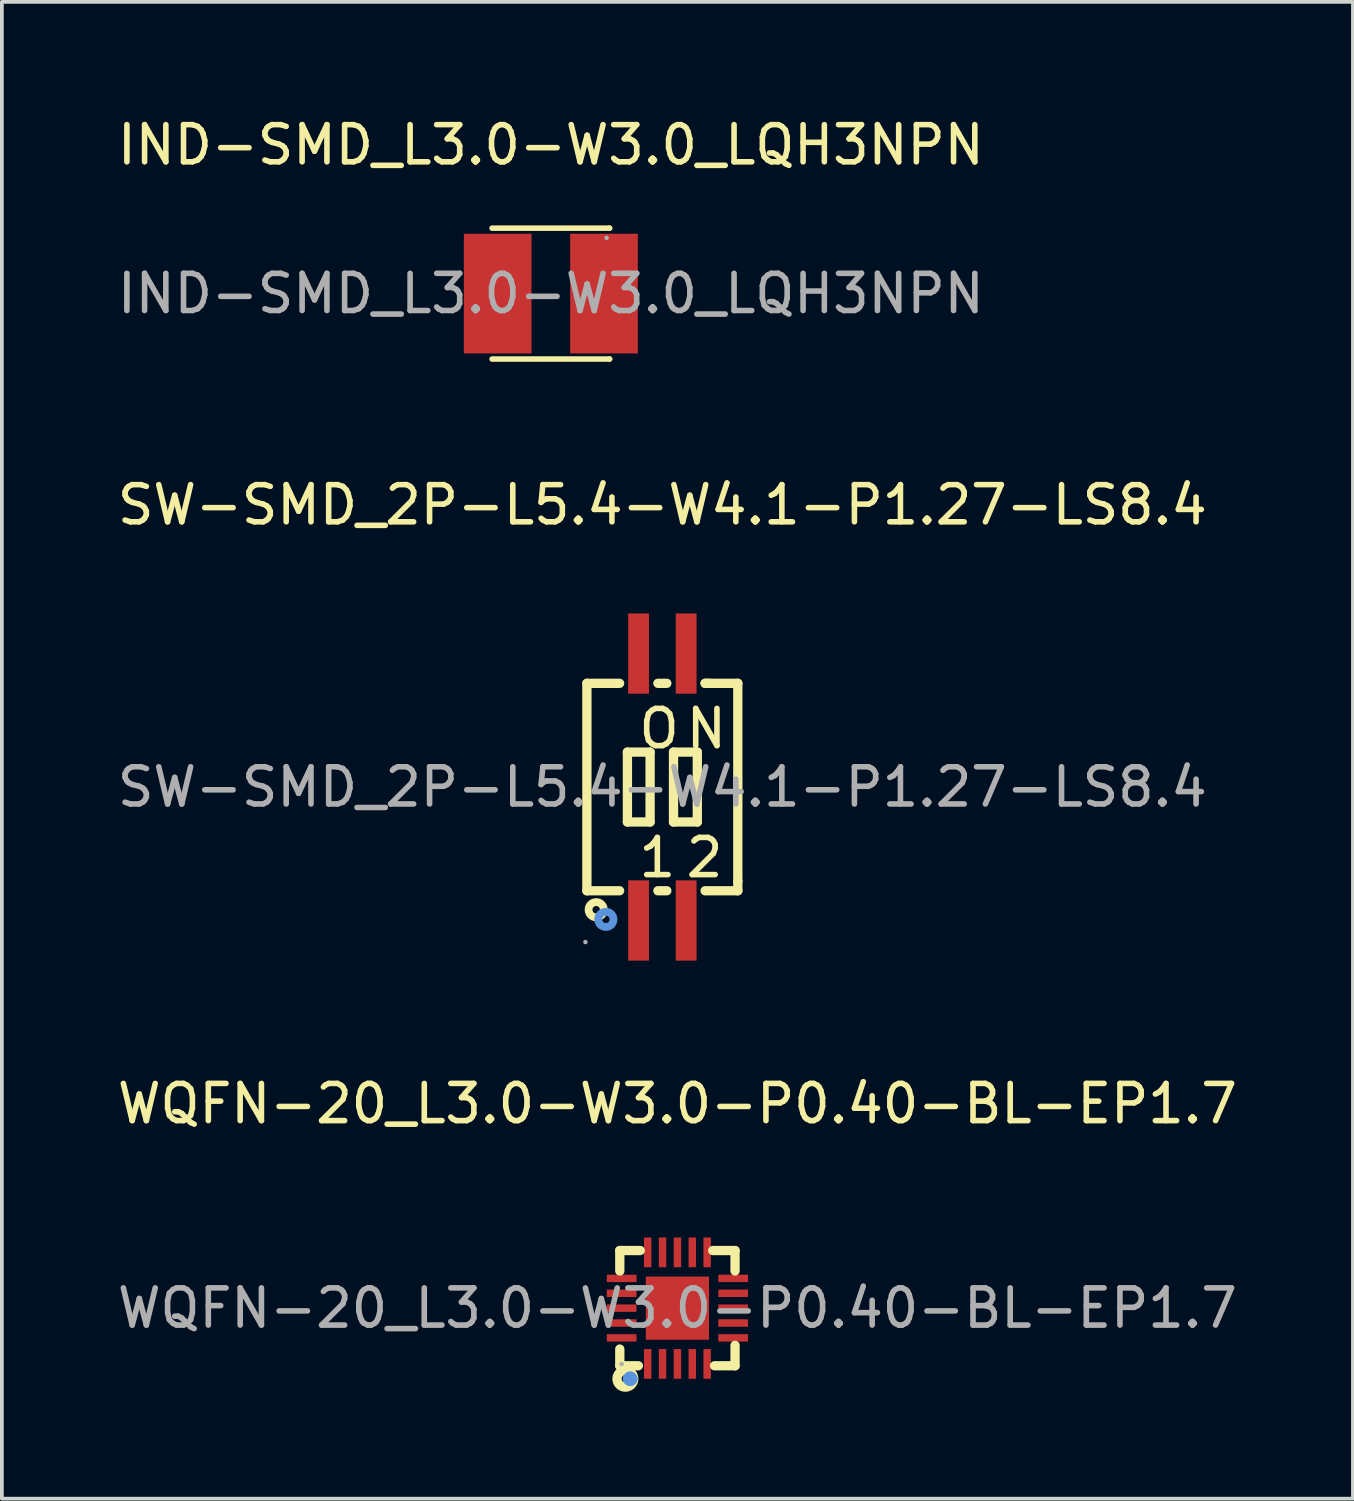
<source format=kicad_pcb>
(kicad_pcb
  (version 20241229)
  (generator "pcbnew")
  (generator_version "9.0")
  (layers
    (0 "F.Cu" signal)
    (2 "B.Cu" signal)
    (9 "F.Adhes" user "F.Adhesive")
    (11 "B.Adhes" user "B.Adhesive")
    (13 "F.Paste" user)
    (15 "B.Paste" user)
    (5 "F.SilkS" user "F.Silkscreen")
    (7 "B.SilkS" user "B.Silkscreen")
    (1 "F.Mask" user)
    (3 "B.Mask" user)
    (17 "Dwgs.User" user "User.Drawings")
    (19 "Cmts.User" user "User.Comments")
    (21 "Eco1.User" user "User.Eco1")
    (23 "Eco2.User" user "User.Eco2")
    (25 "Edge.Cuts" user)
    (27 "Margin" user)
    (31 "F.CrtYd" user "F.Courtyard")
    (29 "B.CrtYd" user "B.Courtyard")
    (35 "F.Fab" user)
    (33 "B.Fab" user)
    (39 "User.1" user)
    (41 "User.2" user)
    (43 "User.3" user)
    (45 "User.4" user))
  (footprint "WQFN-20_L3.0-W3.0-P0.40-BL-EP1.7"
    (layer "F.Cu")
    (at 15.173 32.14)
    (property "Reference" "WQFN-20_L3.0-W3.0-P0.40-BL-EP1.7" (at 0 -5.5 0) (layer "F.SilkS") (effects (font (size 1 1) (thickness 0.15))))
    (attr smd)
    (fp_line (start -1.55 -1.55) (end -1 -1.55) (stroke (width 0.25) (type solid)) (layer "F.SilkS"))
    (fp_line (start -1.55 -1) (end -1.55 -1.55) (stroke (width 0.25) (type solid)) (layer "F.SilkS"))
    (fp_line (start -1.55 1.1) (end -1.55 1.55) (stroke (width 0.25) (type solid)) (layer "F.SilkS"))
    (fp_line (start -1.55 1.55) (end -1.05 1.55) (stroke (width 0.25) (type solid)) (layer "F.SilkS"))
    (fp_line (start 0.95 -1.55) (end 1.55 -1.55) (stroke (width 0.25) (type solid)) (layer "F.SilkS"))
    (fp_line (start 1.55 -1.55) (end 1.55 -1) (stroke (width 0.25) (type solid)) (layer "F.SilkS"))
    (fp_line (start 1.55 1) (end 1.55 1.55) (stroke (width 0.25) (type solid)) (layer "F.SilkS"))
    (fp_line (start 1.55 1.55) (end 1 1.55) (stroke (width 0.25) (type solid)) (layer "F.SilkS"))
    (fp_circle (center -1.4 1.9) (end -1.3 1.9) (stroke (width 0.25) (type solid)) (fill no) (layer "F.SilkS"))
    (fp_circle (center -1.27 1.9) (end -1.17 1.9) (stroke (width 0.2) (type solid)) (fill no) (layer "Cmts.User"))
    (fp_circle (center -1.5 1.5) (end -1.47 1.5) (stroke (width 0.06) (type solid)) (fill no) (layer "F.Fab"))
    (fp_text user "${REFERENCE}" (at 0 0 0) (layer "F.Fab") (effects (font (size 1 1) (thickness 0.15))))
    (pad "1" smd rect (at -0.8 1.5 180) (size 0.2 0.8) (layers "F.Cu" "F.Mask" "F.Paste"))
    (pad "2" smd rect (at -0.4 1.5 180) (size 0.2 0.8) (layers "F.Cu" "F.Mask" "F.Paste"))
    (pad "3" smd rect (at 0 1.5 180) (size 0.2 0.8) (layers "F.Cu" "F.Mask" "F.Paste"))
    (pad "4" smd rect (at 0.4 1.5 180) (size 0.2 0.8) (layers "F.Cu" "F.Mask" "F.Paste"))
    (pad "5" smd rect (at 0.8 1.5 180) (size 0.2 0.8) (layers "F.Cu" "F.Mask" "F.Paste"))
    (pad "6" smd rect (at 1.5 0.8 90) (size 0.2 0.8) (layers "F.Cu" "F.Mask" "F.Paste"))
    (pad "7" smd rect (at 1.5 0.4 90) (size 0.2 0.8) (layers "F.Cu" "F.Mask" "F.Paste"))
    (pad "8" smd rect (at 1.5 0 90) (size 0.2 0.8) (layers "F.Cu" "F.Mask" "F.Paste"))
    (pad "9" smd rect (at 1.5 -0.4 90) (size 0.2 0.8) (layers "F.Cu" "F.Mask" "F.Paste"))
    (pad "10" smd rect (at 1.5 -0.8 90) (size 0.2 0.8) (layers "F.Cu" "F.Mask" "F.Paste"))
    (pad "11" smd rect (at 0.8 -1.5 180) (size 0.2 0.8) (layers "F.Cu" "F.Mask" "F.Paste"))
    (pad "12" smd rect (at 0.4 -1.5 180) (size 0.2 0.8) (layers "F.Cu" "F.Mask" "F.Paste"))
    (pad "13" smd rect (at 0 -1.5 180) (size 0.2 0.8) (layers "F.Cu" "F.Mask" "F.Paste"))
    (pad "14" smd rect (at -0.4 -1.5 180) (size 0.2 0.8) (layers "F.Cu" "F.Mask" "F.Paste"))
    (pad "15" smd rect (at -0.8 -1.5 180) (size 0.2 0.8) (layers "F.Cu" "F.Mask" "F.Paste"))
    (pad "16" smd rect (at -1.5 -0.8 270) (size 0.2 0.8) (layers "F.Cu" "F.Mask" "F.Paste"))
    (pad "17" smd rect (at -1.5 -0.4 270) (size 0.2 0.8) (layers "F.Cu" "F.Mask" "F.Paste"))
    (pad "18" smd rect (at -1.5 0 270) (size 0.2 0.8) (layers "F.Cu" "F.Mask" "F.Paste"))
    (pad "19" smd rect (at -1.5 0.4 270) (size 0.2 0.8) (layers "F.Cu" "F.Mask" "F.Paste"))
    (pad "20" smd rect (at -1.5 0.8 270) (size 0.2 0.8) (layers "F.Cu" "F.Mask" "F.Paste"))
    (pad "21" smd rect (at 0 0 270) (size 1.7 1.7) (layers "F.Cu" "F.Mask" "F.Paste")))
  (footprint "IND-SMD_L3.0-W3.0_LQH3NPN"
    (layer "F.Cu")
    (at 11.768 4.848)
    (property "Reference" "IND-SMD_L3.0-W3.0_LQH3NPN" (at 0 -4 0) (layer "F.SilkS") (effects (font (size 1 1) (thickness 0.15))))
    (attr smd)
    (fp_line (start -1.58 -1.76) (end 1.58 -1.76) (stroke (width 0.15) (type solid)) (layer "F.SilkS"))
    (fp_line (start -1.58 1.76) (end 1.58 1.76) (stroke (width 0.15) (type solid)) (layer "F.SilkS"))
    (fp_line (start 1.58 -1.76) (end 1.58 -1.76) (stroke (width 0.15) (type solid)) (layer "F.SilkS"))
    (fp_line (start 1.58 1.76) (end 1.58 1.76) (stroke (width 0.15) (type solid)) (layer "F.SilkS"))
    (fp_circle (center 1.5 -1.5) (end 1.53 -1.5) (stroke (width 0.06) (type solid)) (fill no) (layer "F.Fab"))
    (fp_text user "${REFERENCE}" (at 0 0 0) (layer "F.Fab") (effects (font (size 1 1) (thickness 0.15))))
    (pad "1" smd rect (at 1.43 0) (size 1.82 3.22) (layers "F.Cu" "F.Mask" "F.Paste"))
    (pad "2" smd rect (at -1.43 0) (size 1.82 3.22) (layers "F.Cu" "F.Mask" "F.Paste")))
  (footprint "SW-SMD_2P-L5.4-W4.1-P1.27-LS8.4"
    (layer "F.Cu")
    (at 14.768 18.122)
    (property "Reference" "SW-SMD_2P-L5.4-W4.1-P1.27-LS8.4" (at 0 -7.59 0) (layer "F.SilkS") (effects (font (size 1 1) (thickness 0.15))))
    (attr smd)
    (fp_line (start -2.03 -2.79) (end -1.15 -2.79) (stroke (width 0.25) (type solid)) (layer "F.SilkS"))
    (fp_line (start -2.03 2.79) (end -2.03 -2.79) (stroke (width 0.25) (type solid)) (layer "F.SilkS"))
    (fp_line (start -1.15 2.79) (end -2.03 2.79) (stroke (width 0.25) (type solid)) (layer "F.SilkS"))
    (fp_line (start -0.94 -0.94) (end -0.33 -0.94) (stroke (width 0.25) (type solid)) (layer "F.SilkS"))
    (fp_line (start -0.94 0.94) (end -0.94 -0.94) (stroke (width 0.25) (type solid)) (layer "F.SilkS"))
    (fp_line (start -0.33 -0.94) (end -0.33 0.94) (stroke (width 0.25) (type solid)) (layer "F.SilkS"))
    (fp_line (start -0.33 0.94) (end -0.94 0.94) (stroke (width 0.25) (type solid)) (layer "F.SilkS"))
    (fp_line (start -0.12 -2.79) (end 0.12 -2.79) (stroke (width 0.25) (type solid)) (layer "F.SilkS"))
    (fp_line (start 0.12 2.79) (end -0.12 2.79) (stroke (width 0.25) (type solid)) (layer "F.SilkS"))
    (fp_line (start 0.3 -0.94) (end 0.94 -0.94) (stroke (width 0.25) (type solid)) (layer "F.SilkS"))
    (fp_line (start 0.3 0.94) (end 0.3 -0.94) (stroke (width 0.25) (type solid)) (layer "F.SilkS"))
    (fp_line (start 0.94 -0.94) (end 0.94 0.94) (stroke (width 0.25) (type solid)) (layer "F.SilkS"))
    (fp_line (start 0.94 0.94) (end 0.3 0.94) (stroke (width 0.25) (type solid)) (layer "F.SilkS"))
    (fp_line (start 1.15 -2.79) (end 1.27 -2.79) (stroke (width 0.25) (type solid)) (layer "F.SilkS"))
    (fp_line (start 1.15 -2.79) (end 2.03 -2.79) (stroke (width 0.25) (type solid)) (layer "F.SilkS"))
    (fp_line (start 2.03 -2.79) (end 2.03 2.54) (stroke (width 0.25) (type solid)) (layer "F.SilkS"))
    (fp_line (start 2.03 2.54) (end 2.03 2.79) (stroke (width 0.25) (type solid)) (layer "F.SilkS"))
    (fp_line (start 2.03 2.79) (end 1.15 2.79) (stroke (width 0.25) (type solid)) (layer "F.SilkS"))
    (fp_circle (center -1.78 3.3) (end -1.68 3.3) (stroke (width 0.21) (type solid)) (fill no) (layer "F.SilkS"))
    (fp_circle (center -1.52 3.56) (end -1.42 3.56) (stroke (width 0.21) (type solid)) (fill no) (layer "Cmts.User"))
    (fp_circle (center -2.07 4.17) (end -2.04 4.17) (stroke (width 0.06) (type solid)) (fill no) (layer "F.Fab"))
    (fp_text user "2" (at 0.56 1.9 0) (layer "F.SilkS") (effects (font (size 1 1) (thickness 0.15)) (justify left)))
    (fp_text user "O" (at -0.71 -1.57 0) (layer "F.SilkS") (effects (font (size 1 1) (thickness 0.15)) (justify left)))
    (fp_text user "N" (at 0.56 -1.57 0) (layer "F.SilkS") (effects (font (size 1 1) (thickness 0.15)) (justify left)))
    (fp_text user "1" (at -0.71 1.9 0) (layer "F.SilkS") (effects (font (size 1 1) (thickness 0.15)) (justify left)))
    (fp_text user "${REFERENCE}" (at 0 0 0) (layer "F.Fab") (effects (font (size 1 1) (thickness 0.15))))
    (pad "1" smd rect (at -0.64 3.59) (size 0.56 2.16) (layers "F.Cu" "F.Mask" "F.Paste"))
    (pad "2" smd rect (at 0.64 3.59) (size 0.56 2.16) (layers "F.Cu" "F.Mask" "F.Paste"))
    (pad "3" smd rect (at 0.64 -3.59) (size 0.56 2.16) (layers "F.Cu" "F.Mask" "F.Paste"))
    (pad "4" smd rect (at -0.64 -3.59) (size 0.56 2.16) (layers "F.Cu" "F.Mask" "F.Paste")))
  (gr_rect
    (start -3 -3)
    (end 33.345 37.265)
    (stroke (width 0.1) (type default))
    (fill no)
    (layer "Edge.Cuts")))
</source>
